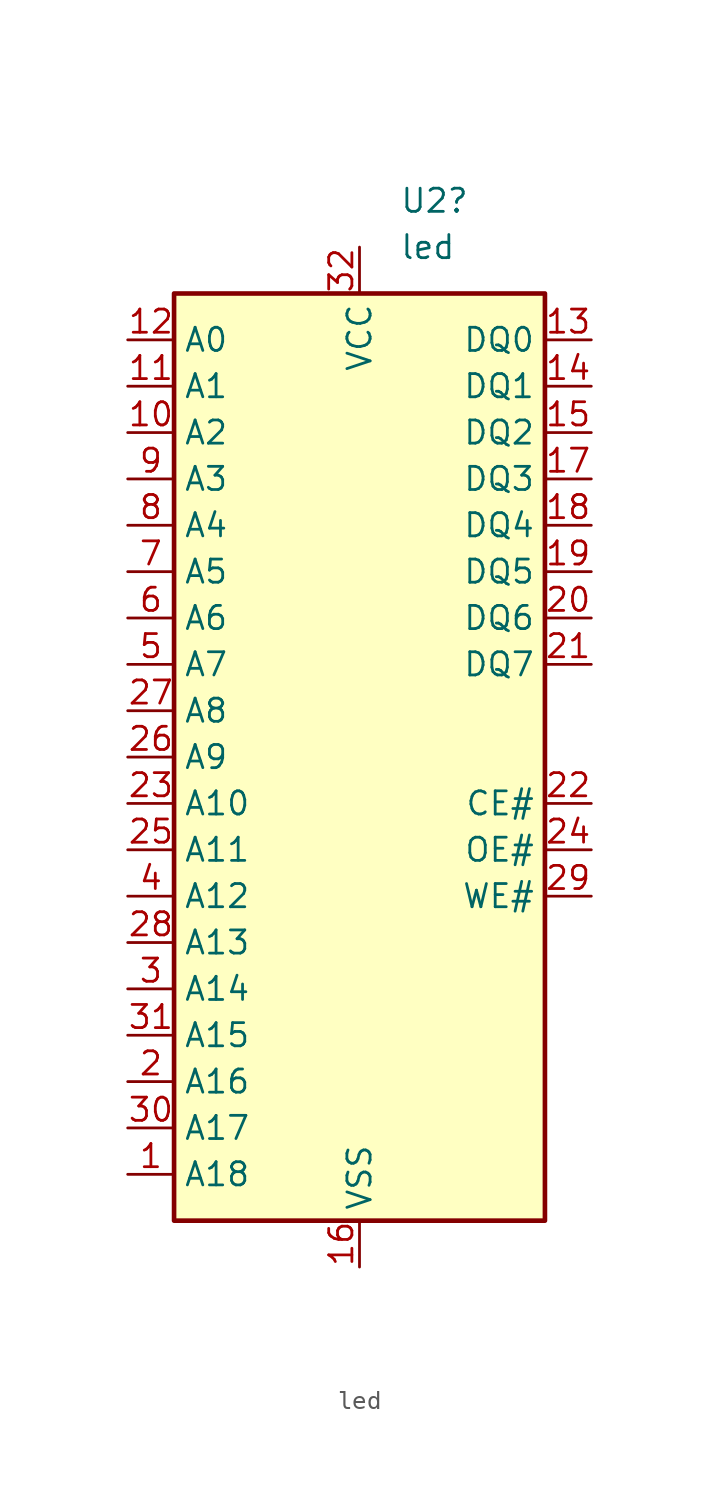
<source format=kicad_sym>
(kicad_symbol_lib
  (version 20231120)
  (generator "kicad_symbol_editor")
  (generator_version "8.0")
  (symbol "led"
    (property "Reference" "U2"
      (at 2.194 30.48 0)
      (effects (font (size 1.27 1.27)) (justify left)))
    (property "Value" "led"
      (at 2.194 27.94 0)
      (effects (font (size 1.27 1.27)) (justify left)))
    (symbol "led_0_0"
      (pin power_in line (at 0 -27.94 90) (length 2.54) (name "VSS" (effects (font (size 1.27 1.27)))) (number "16" (effects (font (size 1.27 1.27)))))
      (pin power_in line (at 0 27.94 270) (length 2.54) (name "VCC" (effects (font (size 1.27 1.27)))) (number "32" (effects (font (size 1.27 1.27))))))
    (symbol "led_0_1"
      (rectangle (start -10.16 25.4) (end 10.16 -25.4) (stroke (width 0.254) (type default)) (fill (type background))))
    (symbol "led_1_1"
      (pin input line (at -12.7 -22.86 0) (length 2.54) (name "A18" (effects (font (size 1.27 1.27)))) (number "1" (effects (font (size 1.27 1.27)))))
      (pin input line (at -12.7 17.78 0) (length 2.54) (name "A2" (effects (font (size 1.27 1.27)))) (number "10" (effects (font (size 1.27 1.27)))))
      (pin input line (at -12.7 20.32 0) (length 2.54) (name "A1" (effects (font (size 1.27 1.27)))) (number "11" (effects (font (size 1.27 1.27)))))
      (pin input line (at -12.7 22.86 0) (length 2.54) (name "A0" (effects (font (size 1.27 1.27)))) (number "12" (effects (font (size 1.27 1.27)))))
      (pin tri_state line (at 12.7 22.86 180) (length 2.54) (name "DQ0" (effects (font (size 1.27 1.27)))) (number "13" (effects (font (size 1.27 1.27)))))
      (pin tri_state line (at 12.7 20.32 180) (length 2.54) (name "DQ1" (effects (font (size 1.27 1.27)))) (number "14" (effects (font (size 1.27 1.27)))))
      (pin tri_state line (at 12.7 17.78 180) (length 2.54) (name "DQ2" (effects (font (size 1.27 1.27)))) (number "15" (effects (font (size 1.27 1.27)))))
      (pin tri_state line (at 12.7 15.24 180) (length 2.54) (name "DQ3" (effects (font (size 1.27 1.27)))) (number "17" (effects (font (size 1.27 1.27)))))
      (pin tri_state line (at 12.7 12.7 180) (length 2.54) (name "DQ4" (effects (font (size 1.27 1.27)))) (number "18" (effects (font (size 1.27 1.27)))))
      (pin tri_state line (at 12.7 10.16 180) (length 2.54) (name "DQ5" (effects (font (size 1.27 1.27)))) (number "19" (effects (font (size 1.27 1.27)))))
      (pin input line (at -12.7 -17.78 0) (length 2.54) (name "A16" (effects (font (size 1.27 1.27)))) (number "2" (effects (font (size 1.27 1.27)))))
      (pin tri_state line (at 12.7 7.62 180) (length 2.54) (name "DQ6" (effects (font (size 1.27 1.27)))) (number "20" (effects (font (size 1.27 1.27)))))
      (pin tri_state line (at 12.7 5.08 180) (length 2.54) (name "DQ7" (effects (font (size 1.27 1.27)))) (number "21" (effects (font (size 1.27 1.27)))))
      (pin input line (at 12.7 -2.54 180) (length 2.54) (name "CE#" (effects (font (size 1.27 1.27)))) (number "22" (effects (font (size 1.27 1.27)))))
      (pin input line (at -12.7 -2.54 0) (length 2.54) (name "A10" (effects (font (size 1.27 1.27)))) (number "23" (effects (font (size 1.27 1.27)))))
      (pin input line (at 12.7 -5.08 180) (length 2.54) (name "OE#" (effects (font (size 1.27 1.27)))) (number "24" (effects (font (size 1.27 1.27)))))
      (pin input line (at -12.7 -5.08 0) (length 2.54) (name "A11" (effects (font (size 1.27 1.27)))) (number "25" (effects (font (size 1.27 1.27)))))
      (pin input line (at -12.7 0 0) (length 2.54) (name "A9" (effects (font (size 1.27 1.27)))) (number "26" (effects (font (size 1.27 1.27)))))
      (pin input line (at -12.7 2.54 0) (length 2.54) (name "A8" (effects (font (size 1.27 1.27)))) (number "27" (effects (font (size 1.27 1.27)))))
      (pin input line (at -12.7 -10.16 0) (length 2.54) (name "A13" (effects (font (size 1.27 1.27)))) (number "28" (effects (font (size 1.27 1.27)))))
      (pin input line (at 12.7 -7.62 180) (length 2.54) (name "WE#" (effects (font (size 1.27 1.27)))) (number "29" (effects (font (size 1.27 1.27)))))
      (pin input line (at -12.7 -12.7 0) (length 2.54) (name "A14" (effects (font (size 1.27 1.27)))) (number "3" (effects (font (size 1.27 1.27)))))
      (pin input line (at -12.7 -20.32 0) (length 2.54) (name "A17" (effects (font (size 1.27 1.27)))) (number "30" (effects (font (size 1.27 1.27)))))
      (pin input line (at -12.7 -15.24 0) (length 2.54) (name "A15" (effects (font (size 1.27 1.27)))) (number "31" (effects (font (size 1.27 1.27)))))
      (pin input line (at -12.7 -7.62 0) (length 2.54) (name "A12" (effects (font (size 1.27 1.27)))) (number "4" (effects (font (size 1.27 1.27)))))
      (pin input line (at -12.7 5.08 0) (length 2.54) (name "A7" (effects (font (size 1.27 1.27)))) (number "5" (effects (font (size 1.27 1.27)))))
      (pin input line (at -12.7 7.62 0) (length 2.54) (name "A6" (effects (font (size 1.27 1.27)))) (number "6" (effects (font (size 1.27 1.27)))))
      (pin input line (at -12.7 10.16 0) (length 2.54) (name "A5" (effects (font (size 1.27 1.27)))) (number "7" (effects (font (size 1.27 1.27)))))
      (pin input line (at -12.7 12.7 0) (length 2.54) (name "A4" (effects (font (size 1.27 1.27)))) (number "8" (effects (font (size 1.27 1.27)))))
      (pin input line (at -12.7 15.24 0) (length 2.54) (name "A3" (effects (font (size 1.27 1.27)))) (number "9" (effects (font (size 1.27 1.27))))))))
</source>
